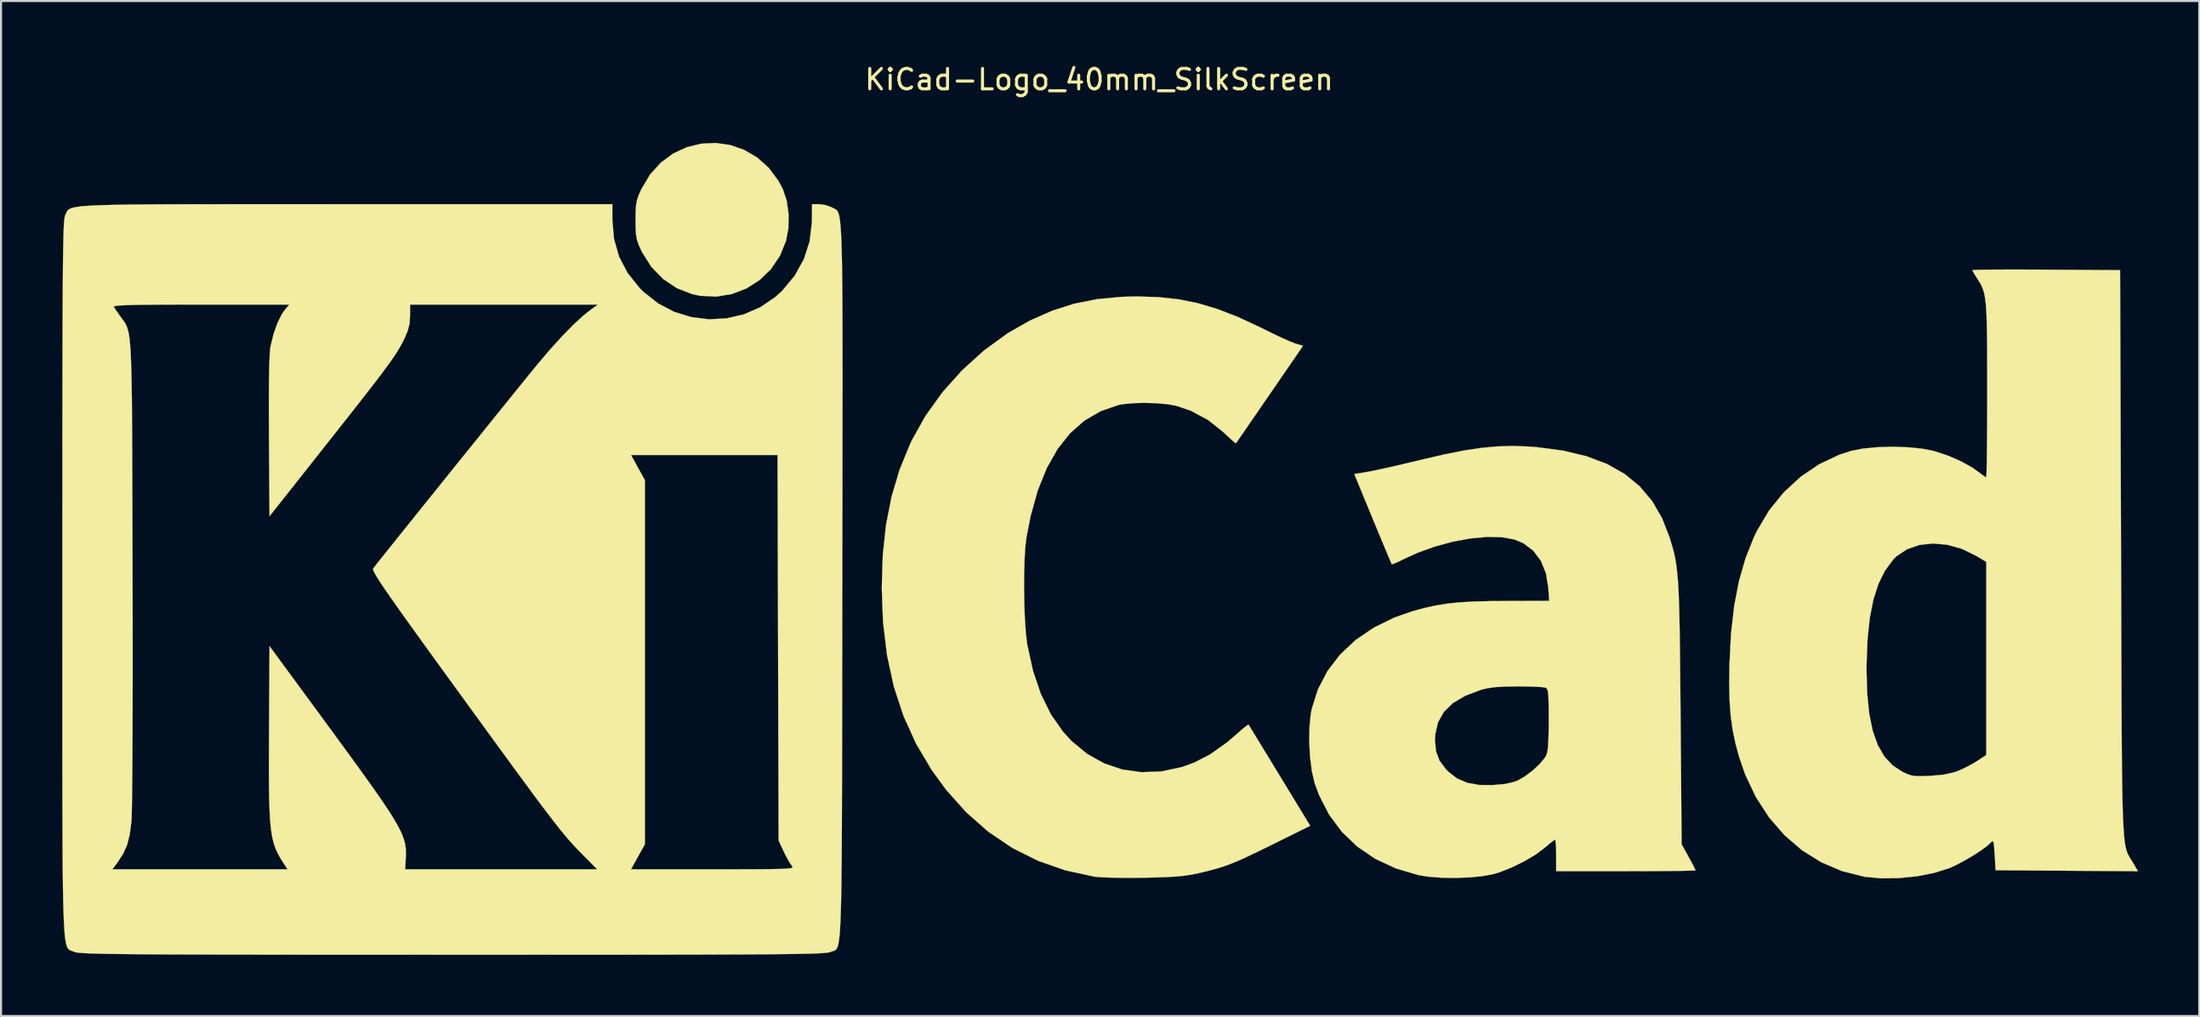
<source format=kicad_pcb>
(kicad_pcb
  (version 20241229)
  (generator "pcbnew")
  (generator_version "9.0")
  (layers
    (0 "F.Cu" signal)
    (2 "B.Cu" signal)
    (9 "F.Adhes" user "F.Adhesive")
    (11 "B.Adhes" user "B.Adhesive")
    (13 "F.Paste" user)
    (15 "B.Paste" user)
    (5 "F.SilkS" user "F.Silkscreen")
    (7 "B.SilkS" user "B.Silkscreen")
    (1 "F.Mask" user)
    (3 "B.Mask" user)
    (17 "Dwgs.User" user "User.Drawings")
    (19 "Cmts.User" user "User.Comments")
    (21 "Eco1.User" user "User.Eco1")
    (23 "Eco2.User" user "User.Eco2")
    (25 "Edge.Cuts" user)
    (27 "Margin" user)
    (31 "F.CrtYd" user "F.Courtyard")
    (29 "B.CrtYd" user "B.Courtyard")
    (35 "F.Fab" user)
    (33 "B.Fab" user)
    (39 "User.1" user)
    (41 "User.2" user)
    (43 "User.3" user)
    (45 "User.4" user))
  (footprint "KiCad-Logo_40mm_SilkScreen"
    (layer "F.Cu")
    (at 50.806 23.708)
    (property "Reference" "KiCad-Logo_40mm_SilkScreen" (at 0 -22.86 0) (layer "F.SilkS") (effects (font (size 1 1) (thickness 0.15))))
    (attr exclude_from_pos_files exclude_from_bom)
    (fp_poly (pts (xy -18.076 -19.651) (xy -17.392 -19.413) (xy -16.756 -19.04) (xy -16.187 -18.531) (xy -15.708 -17.886) (xy -15.493 -17.48) (xy -15.306 -16.911) (xy -15.216 -16.254) (xy -15.226 -15.579) (xy -15.337 -14.968) (xy -15.641 -14.22) (xy -16.081 -13.572) (xy -16.635 -13.035) (xy -17.282 -12.624) (xy -17.998 -12.349) (xy -18.761 -12.225) (xy -19.549 -12.263) (xy -19.938 -12.345) (xy -20.695 -12.64) (xy -21.367 -13.089) (xy -21.938 -13.679) (xy -22.393 -14.397) (xy -22.431 -14.475) (xy -22.564 -14.769) (xy -22.647 -15.017) (xy -22.693 -15.278) (xy -22.711 -15.613) (xy -22.714 -15.977) (xy -22.709 -16.415) (xy -22.686 -16.732) (xy -22.634 -16.987) (xy -22.541 -17.243) (xy -22.426 -17.496) (xy -21.998 -18.213) (xy -21.47 -18.793) (xy -20.864 -19.237) (xy -20.201 -19.545) (xy -19.501 -19.716) (xy -18.786 -19.751) (xy -18.076 -19.651)) (stroke (width 0.01) (type solid)) (fill yes) (layer "F.SilkS"))
    (fp_poly (pts (xy 2.917 -12.197) (xy 3.899 -12.09) (xy 4.85 -11.898) (xy 5.809 -11.61) (xy 6.815 -11.218) (xy 7.907 -10.711) (xy 8.103 -10.613) (xy 8.554 -10.39) (xy 8.98 -10.19) (xy 9.338 -10.031) (xy 9.586 -9.933) (xy 9.624 -9.92) (xy 9.989 -9.811) (xy 8.354 -7.432) (xy 7.954 -6.85) (xy 7.588 -6.319) (xy 7.27 -5.856) (xy 7.01 -5.479) (xy 6.822 -5.207) (xy 6.718 -5.057) (xy 6.701 -5.033) (xy 6.632 -5.083) (xy 6.463 -5.232) (xy 6.223 -5.454) (xy 6.091 -5.58) (xy 5.343 -6.175) (xy 4.502 -6.627) (xy 3.778 -6.875) (xy 3.343 -6.953) (xy 2.799 -7) (xy 2.209 -7.016) (xy 1.638 -7) (xy 1.148 -6.951) (xy 0.953 -6.914) (xy 0.074 -6.611) (xy -0.719 -6.149) (xy -1.424 -5.528) (xy -2.041 -4.75) (xy -2.569 -3.815) (xy -3.008 -2.723) (xy -3.356 -1.477) (xy -3.564 -0.41) (xy -3.618 0.061) (xy -3.655 0.67) (xy -3.675 1.372) (xy -3.678 2.125) (xy -3.666 2.883) (xy -3.637 3.605) (xy -3.593 4.245) (xy -3.534 4.76) (xy -3.521 4.839) (xy -3.239 6.12) (xy -2.855 7.253) (xy -2.366 8.244) (xy -1.771 9.098) (xy -1.348 9.559) (xy -0.588 10.186) (xy 0.245 10.651) (xy 1.138 10.951) (xy 2.076 11.083) (xy 3.045 11.046) (xy 4.031 10.837) (xy 4.614 10.632) (xy 5.422 10.221) (xy 6.253 9.633) (xy 6.719 9.235) (xy 6.981 9.004) (xy 7.187 8.835) (xy 7.304 8.754) (xy 7.318 8.751) (xy 7.37 8.835) (xy 7.506 9.054) (xy 7.713 9.392) (xy 7.979 9.829) (xy 8.295 10.346) (xy 8.647 10.924) (xy 8.843 11.246) (xy 10.342 13.707) (xy 8.471 14.632) (xy 7.795 14.964) (xy 7.247 15.226) (xy 6.794 15.43) (xy 6.402 15.591) (xy 6.039 15.72) (xy 5.67 15.831) (xy 5.262 15.937) (xy 4.871 16.03) (xy 4.523 16.102) (xy 4.159 16.156) (xy 3.744 16.196) (xy 3.239 16.224) (xy 2.609 16.244) (xy 2.185 16.252) (xy 1.579 16.258) (xy 0.999 16.255) (xy 0.481 16.245) (xy 0.066 16.227) (xy -0.209 16.202) (xy -0.226 16.2) (xy -1.656 15.891) (xy -2.999 15.421) (xy -4.254 14.793) (xy -5.421 14.005) (xy -6.499 13.058) (xy -7.489 11.953) (xy -8.206 10.97) (xy -8.969 9.684) (xy -9.585 8.326) (xy -10.059 6.885) (xy -10.392 5.35) (xy -10.588 3.711) (xy -10.65 2.046) (xy -10.599 0.435) (xy -10.439 -1.051) (xy -10.166 -2.437) (xy -9.774 -3.749) (xy -9.257 -5.012) (xy -9.196 -5.142) (xy -8.516 -6.365) (xy -7.682 -7.529) (xy -6.716 -8.609) (xy -5.643 -9.582) (xy -4.485 -10.424) (xy -3.407 -11.041) (xy -2.317 -11.524) (xy -1.225 -11.875) (xy -0.089 -12.101) (xy 1.135 -12.213) (xy 1.866 -12.23) (xy 2.917 -12.197)) (stroke (width 0.01) (type solid)) (fill yes) (layer "F.SilkS"))
    (fp_poly (pts (xy 45.37 -13.548) (xy 46.144 -13.545) (xy 46.407 -13.543) (xy 50.026 -13.519) (xy 50.072 0.364) (xy 50.078 2.247) (xy 50.083 3.956) (xy 50.088 5.501) (xy 50.093 6.891) (xy 50.098 8.133) (xy 50.104 9.238) (xy 50.111 10.214) (xy 50.12 11.07) (xy 50.13 11.814) (xy 50.142 12.456) (xy 50.157 13.005) (xy 50.174 13.468) (xy 50.195 13.855) (xy 50.219 14.176) (xy 50.246 14.438) (xy 50.278 14.651) (xy 50.314 14.823) (xy 50.355 14.963) (xy 50.401 15.08) (xy 50.453 15.184) (xy 50.511 15.282) (xy 50.574 15.384) (xy 50.644 15.498) (xy 50.659 15.522) (xy 50.9 15.934) (xy 43.927 15.886) (xy 43.881 15.12) (xy 43.856 14.753) (xy 43.83 14.54) (xy 43.795 14.456) (xy 43.743 14.473) (xy 43.699 14.522) (xy 43.507 14.699) (xy 43.195 14.926) (xy 42.806 15.177) (xy 42.384 15.424) (xy 41.974 15.64) (xy 41.659 15.782) (xy 40.921 16.015) (xy 40.074 16.181) (xy 39.181 16.272) (xy 38.304 16.282) (xy 37.506 16.205) (xy 37.493 16.203) (xy 36.401 15.929) (xy 35.379 15.492) (xy 34.436 14.903) (xy 33.583 14.169) (xy 32.829 13.301) (xy 32.185 12.308) (xy 31.659 11.2) (xy 31.373 10.378) (xy 31.185 9.691) (xy 31.045 9.026) (xy 30.949 8.342) (xy 30.894 7.599) (xy 30.875 6.757) (xy 30.883 6.069) (xy 37.601 6.069) (xy 37.633 7.222) (xy 37.733 8.215) (xy 37.905 9.055) (xy 38.152 9.752) (xy 38.476 10.314) (xy 38.881 10.75) (xy 39.348 11.058) (xy 39.592 11.173) (xy 39.803 11.242) (xy 40.038 11.274) (xy 40.354 11.276) (xy 40.695 11.264) (xy 41.364 11.205) (xy 41.894 11.089) (xy 42.06 11.031) (xy 42.44 10.86) (xy 42.841 10.645) (xy 43.016 10.538) (xy 43.471 10.239) (xy 43.471 0.776) (xy 42.971 0.476) (xy 42.272 0.136) (xy 41.559 -0.064) (xy 40.856 -0.127) (xy 40.191 -0.054) (xy 39.589 0.154) (xy 39.075 0.496) (xy 38.91 0.66) (xy 38.511 1.197) (xy 38.188 1.848) (xy 37.938 2.623) (xy 37.759 3.534) (xy 37.648 4.591) (xy 37.603 5.807) (xy 37.601 6.069) (xy 30.883 6.069) (xy 30.887 5.783) (xy 30.964 4.284) (xy 31.118 2.932) (xy 31.354 1.708) (xy 31.676 0.59) (xy 32.087 -0.439) (xy 32.234 -0.744) (xy 32.825 -1.739) (xy 33.54 -2.623) (xy 34.361 -3.383) (xy 35.272 -4.002) (xy 36.255 -4.469) (xy 36.845 -4.661) (xy 37.424 -4.775) (xy 38.121 -4.843) (xy 38.877 -4.865) (xy 39.634 -4.84) (xy 40.333 -4.77) (xy 40.895 -4.659) (xy 41.563 -4.442) (xy 42.211 -4.162) (xy 42.777 -3.849) (xy 43.079 -3.636) (xy 43.287 -3.478) (xy 43.433 -3.382) (xy 43.466 -3.368) (xy 43.476 -3.457) (xy 43.486 -3.709) (xy 43.495 -4.108) (xy 43.502 -4.635) (xy 43.508 -5.273) (xy 43.513 -6.005) (xy 43.516 -6.811) (xy 43.517 -7.633) (xy 43.516 -8.685) (xy 43.514 -9.572) (xy 43.507 -10.311) (xy 43.496 -10.919) (xy 43.478 -11.413) (xy 43.452 -11.809) (xy 43.416 -12.125) (xy 43.369 -12.378) (xy 43.308 -12.584) (xy 43.234 -12.762) (xy 43.144 -12.926) (xy 43.036 -13.096) (xy 43.022 -13.117) (xy 42.884 -13.336) (xy 42.8 -13.487) (xy 42.789 -13.518) (xy 42.876 -13.528) (xy 43.127 -13.537) (xy 43.521 -13.543) (xy 44.039 -13.547) (xy 44.662 -13.549) (xy 45.37 -13.548)) (stroke (width 0.01) (type solid)) (fill yes) (layer "F.SilkS"))
    (fp_poly (pts (xy 21.003 -4.879) (xy 21.454 -4.845) (xy 22.745 -4.673) (xy 23.888 -4.399) (xy 24.889 -4.019) (xy 25.753 -3.53) (xy 26.486 -2.927) (xy 27.094 -2.207) (xy 27.583 -1.365) (xy 27.939 -0.455) (xy 28.03 -0.165) (xy 28.109 0.107) (xy 28.177 0.375) (xy 28.235 0.654) (xy 28.284 0.958) (xy 28.325 1.303) (xy 28.36 1.702) (xy 28.388 2.171) (xy 28.411 2.723) (xy 28.43 3.374) (xy 28.445 4.139) (xy 28.458 5.031) (xy 28.469 6.066) (xy 28.48 7.259) (xy 28.488 8.194) (xy 28.541 14.612) (xy 28.882 15.229) (xy 29.044 15.527) (xy 29.164 15.758) (xy 29.222 15.881) (xy 29.224 15.89) (xy 29.136 15.899) (xy 28.886 15.908) (xy 28.494 15.916) (xy 27.979 15.922) (xy 27.362 15.927) (xy 26.663 15.931) (xy 25.901 15.932) (xy 25.81 15.932) (xy 22.396 15.932) (xy 22.396 15.158) (xy 22.39 14.808) (xy 22.374 14.541) (xy 22.352 14.398) (xy 22.342 14.384) (xy 22.252 14.44) (xy 22.066 14.586) (xy 21.824 14.791) (xy 21.819 14.795) (xy 21.378 15.124) (xy 20.82 15.454) (xy 20.21 15.752) (xy 19.61 15.988) (xy 19.346 16.068) (xy 18.82 16.17) (xy 18.175 16.235) (xy 17.469 16.263) (xy 16.762 16.251) (xy 16.113 16.2) (xy 15.659 16.126) (xy 14.545 15.799) (xy 13.542 15.333) (xy 12.657 14.733) (xy 11.896 14.006) (xy 11.265 13.158) (xy 10.772 12.193) (xy 10.559 11.608) (xy 10.426 11.039) (xy 10.338 10.356) (xy 10.297 9.622) (xy 10.298 9.515) (xy 16.455 9.515) (xy 16.506 10.06) (xy 16.676 10.513) (xy 16.991 10.934) (xy 17.111 11.057) (xy 17.54 11.391) (xy 18.036 11.604) (xy 18.63 11.708) (xy 19.256 11.715) (xy 19.849 11.665) (xy 20.304 11.567) (xy 20.501 11.493) (xy 20.857 11.292) (xy 21.233 11.009) (xy 21.577 10.691) (xy 21.834 10.386) (xy 21.902 10.274) (xy 21.955 10.117) (xy 21.993 9.868) (xy 22.017 9.502) (xy 22.029 8.996) (xy 22.032 8.514) (xy 22.03 7.952) (xy 22.023 7.546) (xy 22.008 7.269) (xy 21.983 7.094) (xy 21.944 6.996) (xy 21.889 6.947) (xy 21.872 6.939) (xy 21.725 6.915) (xy 21.435 6.895) (xy 21.042 6.882) (xy 20.583 6.876) (xy 20.484 6.876) (xy 19.871 6.886) (xy 19.398 6.915) (xy 19.022 6.967) (xy 18.711 7.044) (xy 17.941 7.335) (xy 17.337 7.693) (xy 16.893 8.124) (xy 16.606 8.633) (xy 16.469 9.227) (xy 16.455 9.515) (xy 10.298 9.515) (xy 10.306 8.899) (xy 10.368 8.252) (xy 10.416 7.991) (xy 10.722 7.02) (xy 11.189 6.127) (xy 11.806 5.32) (xy 12.565 4.607) (xy 13.458 3.998) (xy 14.475 3.501) (xy 15.34 3.199) (xy 15.918 3.04) (xy 16.471 2.917) (xy 17.034 2.825) (xy 17.644 2.761) (xy 18.337 2.72) (xy 19.147 2.698) (xy 19.88 2.692) (xy 22.052 2.686) (xy 22.01 2.033) (xy 21.892 1.324) (xy 21.641 0.715) (xy 21.267 0.221) (xy 20.781 -0.143) (xy 20.354 -0.321) (xy 19.741 -0.433) (xy 19.011 -0.449) (xy 18.199 -0.375) (xy 17.339 -0.217) (xy 16.465 0.019) (xy 15.61 0.327) (xy 14.989 0.609) (xy 14.691 0.754) (xy 14.463 0.855) (xy 14.347 0.895) (xy 14.341 0.893) (xy 14.301 0.805) (xy 14.201 0.571) (xy 14.051 0.213) (xy 13.859 -0.246) (xy 13.636 -0.784) (xy 13.409 -1.332) (xy 12.503 -3.529) (xy 13.148 -3.635) (xy 13.427 -3.688) (xy 13.847 -3.777) (xy 14.372 -3.894) (xy 14.965 -4.032) (xy 15.592 -4.181) (xy 15.841 -4.241) (xy 16.919 -4.491) (xy 17.864 -4.679) (xy 18.709 -4.808) (xy 19.491 -4.881) (xy 20.243 -4.904) (xy 21.003 -4.879)) (stroke (width 0.01) (type solid)) (fill yes) (layer "F.SilkS"))
    (fp_poly (pts (xy -39.491 -16.752) (xy -37.737 -16.751) (xy -36.921 -16.751) (xy -23.852 -16.751) (xy -23.852 -15.981) (xy -23.77 -15.043) (xy -23.522 -14.179) (xy -23.106 -13.382) (xy -22.519 -12.648) (xy -22.32 -12.449) (xy -21.606 -11.887) (xy -20.819 -11.476) (xy -19.982 -11.218) (xy -19.118 -11.112) (xy -18.251 -11.157) (xy -17.405 -11.354) (xy -16.602 -11.703) (xy -15.866 -12.202) (xy -15.535 -12.503) (xy -14.919 -13.242) (xy -14.468 -14.054) (xy -14.184 -14.931) (xy -14.073 -15.863) (xy -14.071 -15.955) (xy -14.066 -16.751) (xy -13.715 -16.751) (xy -13.405 -16.709) (xy -13.121 -16.607) (xy -13.102 -16.596) (xy -13.038 -16.563) (xy -12.98 -16.537) (xy -12.926 -16.511) (xy -12.877 -16.477) (xy -12.832 -16.428) (xy -12.792 -16.356) (xy -12.756 -16.254) (xy -12.724 -16.114) (xy -12.696 -15.928) (xy -12.672 -15.689) (xy -12.65 -15.39) (xy -12.632 -15.023) (xy -12.617 -14.58) (xy -12.604 -14.054) (xy -12.594 -13.438) (xy -12.586 -12.723) (xy -12.58 -11.902) (xy -12.576 -10.968) (xy -12.574 -9.913) (xy -12.573 -8.73) (xy -12.573 -7.411) (xy -12.575 -5.948) (xy -12.577 -4.335) (xy -12.579 -2.562) (xy -12.582 -0.624) (xy -12.585 1.488) (xy -12.585 1.745) (xy -12.588 3.871) (xy -12.59 5.822) (xy -12.592 7.606) (xy -12.595 9.23) (xy -12.597 10.703) (xy -12.6 12.031) (xy -12.604 13.223) (xy -12.609 14.285) (xy -12.615 15.225) (xy -12.623 16.051) (xy -12.632 16.77) (xy -12.644 17.391) (xy -12.658 17.919) (xy -12.674 18.364) (xy -12.693 18.732) (xy -12.715 19.031) (xy -12.74 19.268) (xy -12.769 19.452) (xy -12.801 19.589) (xy -12.838 19.688) (xy -12.878 19.755) (xy -12.923 19.798) (xy -12.973 19.825) (xy -13.027 19.844) (xy -13.087 19.861) (xy -13.152 19.885) (xy -13.168 19.892) (xy -13.218 19.908) (xy -13.302 19.923) (xy -13.426 19.937) (xy -13.599 19.949) (xy -13.828 19.961) (xy -14.12 19.971) (xy -14.481 19.98) (xy -14.921 19.988) (xy -15.445 19.995) (xy -16.061 20.001) (xy -16.777 20.007) (xy -17.599 20.011) (xy -18.536 20.015) (xy -19.594 20.019) (xy -20.78 20.021) (xy -22.103 20.023) (xy -23.569 20.025) (xy -25.185 20.026) (xy -26.96 20.026) (xy -28.899 20.027) (xy -31.011 20.027) (xy -31.695 20.027) (xy -33.854 20.026) (xy -35.839 20.026) (xy -37.656 20.025) (xy -39.313 20.024) (xy -40.818 20.022) (xy -42.177 20.02) (xy -43.399 20.018) (xy -44.491 20.014) (xy -45.459 20.011) (xy -46.312 20.006) (xy -47.057 20.001) (xy -47.701 19.995) (xy -48.252 19.988) (xy -48.717 19.981) (xy -49.103 19.972) (xy -49.419 19.962) (xy -49.67 19.951) (xy -49.865 19.94) (xy -50.011 19.926) (xy -50.116 19.912) (xy -50.186 19.896) (xy -50.225 19.882) (xy -50.293 19.853) (xy -50.355 19.832) (xy -50.413 19.811) (xy -50.465 19.782) (xy -50.512 19.738) (xy -50.555 19.672) (xy -50.593 19.576) (xy -50.627 19.442) (xy -50.657 19.262) (xy -50.684 19.031) (xy -50.707 18.739) (xy -50.726 18.379) (xy -50.743 17.944) (xy -50.757 17.426) (xy -50.769 16.818) (xy -50.778 16.112) (xy -50.781 15.841) (xy -48.351 15.841) (xy -39.763 15.841) (xy -39.929 15.591) (xy -40.093 15.333) (xy -40.232 15.088) (xy -40.348 14.838) (xy -40.443 14.567) (xy -40.518 14.255) (xy -40.577 13.888) (xy -40.62 13.447) (xy -40.649 12.916) (xy -40.668 12.277) (xy -40.677 11.513) (xy -40.679 10.607) (xy -40.675 9.542) (xy -40.673 9.146) (xy -40.649 4.907) (xy -37.963 8.563) (xy -37.203 9.601) (xy -36.543 10.504) (xy -35.979 11.285) (xy -35.502 11.956) (xy -35.105 12.529) (xy -34.781 13.015) (xy -34.523 13.428) (xy -34.325 13.778) (xy -34.178 14.078) (xy -34.076 14.34) (xy -34.011 14.575) (xy -33.977 14.796) (xy -33.967 15.014) (xy -33.972 15.242) (xy -33.974 15.271) (xy -34.003 15.841) (xy -29.297 15.841) (xy -24.592 15.841) (xy -25.292 15.135) (xy -25.482 14.942) (xy -25.662 14.754) (xy -25.84 14.561) (xy -26.025 14.353) (xy -26.223 14.118) (xy -26.443 13.848) (xy -26.693 13.53) (xy -26.981 13.156) (xy -27.315 12.715) (xy -27.702 12.195) (xy -28.15 11.588) (xy -28.668 10.883) (xy -29.262 10.068) (xy -29.942 9.135) (xy -30.716 8.072) (xy -31.349 7.2) (xy -32.145 6.104) (xy -32.838 5.147) (xy -33.437 4.317) (xy -33.947 3.608) (xy -34.373 3.008) (xy -34.724 2.51) (xy -35.005 2.104) (xy -35.221 1.781) (xy -35.38 1.532) (xy -35.488 1.348) (xy -35.551 1.22) (xy -35.576 1.139) (xy -35.568 1.096) (xy -35.48 0.982) (xy -35.288 0.74) (xy -35.006 0.386) (xy -34.643 -0.067) (xy -34.213 -0.604) (xy -33.725 -1.211) (xy -33.193 -1.874) (xy -32.627 -2.578) (xy -32.039 -3.309) (xy -31.441 -4.052) (xy -31.111 -4.461) (xy -22.938 -4.461) (xy -22.599 -3.846) (xy -22.259 -3.232) (xy -22.259 14.612) (xy -22.599 15.226) (xy -22.938 15.841) (xy -18.92 15.841) (xy -17.961 15.841) (xy -17.169 15.839) (xy -16.528 15.836) (xy -16.024 15.831) (xy -15.642 15.823) (xy -15.366 15.812) (xy -15.181 15.796) (xy -15.071 15.776) (xy -15.023 15.75) (xy -15.021 15.718) (xy -15.048 15.679) (xy -15.049 15.679) (xy -15.163 15.513) (xy -15.315 15.243) (xy -15.45 14.974) (xy -15.704 14.43) (xy -15.73 4.984) (xy -15.756 -4.461) (xy -22.938 -4.461) (xy -31.111 -4.461) (xy -30.843 -4.794) (xy -30.258 -5.519) (xy -29.698 -6.215) (xy -29.173 -6.865) (xy -28.695 -7.456) (xy -28.276 -7.974) (xy -27.928 -8.403) (xy -27.661 -8.731) (xy -27.505 -8.922) (xy -26.897 -9.636) (xy -26.312 -10.281) (xy -25.77 -10.834) (xy -25.293 -11.276) (xy -24.954 -11.547) (xy -24.553 -11.835) (xy -33.766 -11.835) (xy -33.764 -11.295) (xy -33.789 -10.897) (xy -33.886 -10.529) (xy -34.036 -10.179) (xy -34.133 -9.982) (xy -34.238 -9.786) (xy -34.36 -9.58) (xy -34.508 -9.349) (xy -34.692 -9.081) (xy -34.922 -8.763) (xy -35.206 -8.382) (xy -35.556 -7.924) (xy -35.98 -7.378) (xy -36.488 -6.729) (xy -37.089 -5.966) (xy -37.793 -5.075) (xy -37.872 -4.974) (xy -40.649 -1.463) (xy -40.676 -5.352) (xy -40.681 -6.516) (xy -40.68 -7.503) (xy -40.672 -8.313) (xy -40.658 -8.952) (xy -40.637 -9.421) (xy -40.609 -9.725) (xy -40.599 -9.783) (xy -40.452 -10.39) (xy -40.259 -10.937) (xy -40.038 -11.377) (xy -39.906 -11.563) (xy -39.677 -11.835) (xy -44.015 -11.835) (xy -45.05 -11.834) (xy -45.915 -11.831) (xy -46.623 -11.826) (xy -47.188 -11.818) (xy -47.62 -11.807) (xy -47.934 -11.793) (xy -48.141 -11.775) (xy -48.254 -11.753) (xy -48.286 -11.727) (xy -48.284 -11.721) (xy -48.192 -11.583) (xy -48.039 -11.363) (xy -47.959 -11.251) (xy -47.877 -11.14) (xy -47.803 -11.041) (xy -47.737 -10.944) (xy -47.679 -10.838) (xy -47.627 -10.716) (xy -47.582 -10.566) (xy -47.542 -10.378) (xy -47.509 -10.144) (xy -47.48 -9.854) (xy -47.456 -9.497) (xy -47.436 -9.063) (xy -47.42 -8.544) (xy -47.407 -7.929) (xy -47.396 -7.208) (xy -47.388 -6.372) (xy -47.382 -5.411) (xy -47.377 -4.315) (xy -47.373 -3.075) (xy -47.369 -1.68) (xy -47.365 -0.121) (xy -47.362 1.311) (xy -47.358 2.908) (xy -47.357 4.431) (xy -47.356 5.872) (xy -47.358 7.219) (xy -47.361 8.464) (xy -47.365 9.597) (xy -47.37 10.608) (xy -47.377 11.487) (xy -47.385 12.225) (xy -47.395 12.812) (xy -47.405 13.238) (xy -47.417 13.493) (xy -47.419 13.52) (xy -47.5 14.139) (xy -47.625 14.635) (xy -47.817 15.069) (xy -48.095 15.498) (xy -48.129 15.545) (xy -48.351 15.841) (xy -50.781 15.841) (xy -50.786 15.3) (xy -50.791 14.376) (xy -50.795 13.332) (xy -50.798 12.159) (xy -50.8 10.851) (xy -50.801 9.4) (xy -50.801 7.798) (xy -50.801 6.038) (xy -50.8 4.113) (xy -50.8 2.014) (xy -50.8 1.598) (xy -50.8 -0.523) (xy -50.799 -2.469) (xy -50.799 -4.248) (xy -50.798 -5.867) (xy -50.796 -7.334) (xy -50.794 -8.656) (xy -50.791 -9.841) (xy -50.788 -10.897) (xy -50.784 -11.83) (xy -50.779 -12.648) (xy -50.774 -13.359) (xy -50.768 -13.97) (xy -50.76 -14.488) (xy -50.752 -14.922) (xy -50.743 -15.278) (xy -50.733 -15.564) (xy -50.721 -15.788) (xy -50.708 -15.956) (xy -50.694 -16.077) (xy -50.679 -16.158) (xy -50.663 -16.207) (xy -50.662 -16.208) (xy -50.628 -16.282) (xy -50.599 -16.349) (xy -50.567 -16.409) (xy -50.524 -16.463) (xy -50.46 -16.511) (xy -50.367 -16.553) (xy -50.236 -16.59) (xy -50.057 -16.623) (xy -49.824 -16.65) (xy -49.525 -16.674) (xy -49.154 -16.693) (xy -48.701 -16.709) (xy -48.157 -16.722) (xy -47.514 -16.732) (xy -46.762 -16.739) (xy -45.894 -16.745) (xy -44.9 -16.748) (xy -43.771 -16.75) (xy -42.5 -16.751) (xy -41.076 -16.752) (xy -39.491 -16.752)) (stroke (width 0.01) (type solid)) (fill yes) (layer "F.SilkS")))
  (gr_rect
    (start -3 -3)
    (end 104.711 46.74)
    (stroke (width 0.1) (type default))
    (fill no)
    (layer "Edge.Cuts")))
</source>
